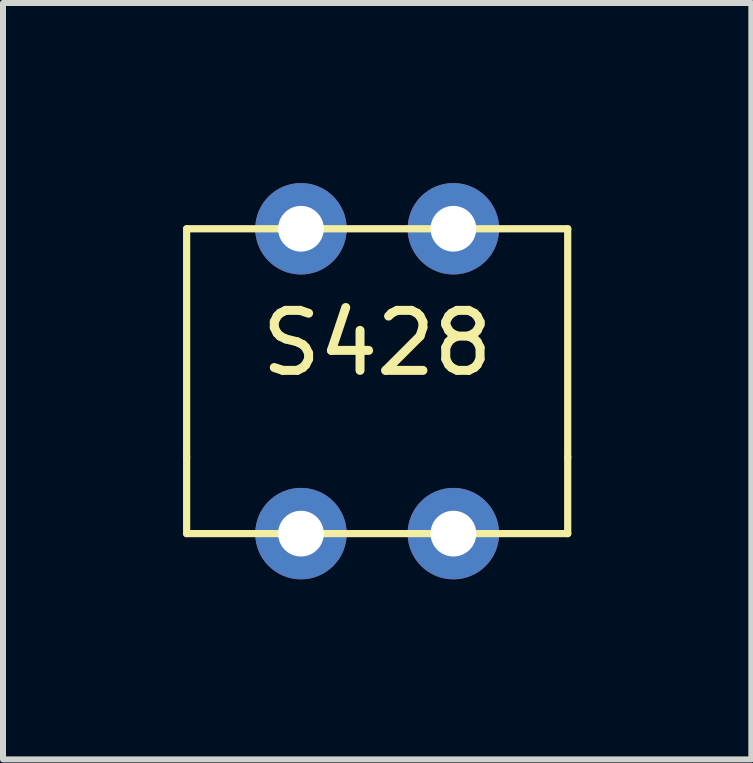
<source format=kicad_pcb>
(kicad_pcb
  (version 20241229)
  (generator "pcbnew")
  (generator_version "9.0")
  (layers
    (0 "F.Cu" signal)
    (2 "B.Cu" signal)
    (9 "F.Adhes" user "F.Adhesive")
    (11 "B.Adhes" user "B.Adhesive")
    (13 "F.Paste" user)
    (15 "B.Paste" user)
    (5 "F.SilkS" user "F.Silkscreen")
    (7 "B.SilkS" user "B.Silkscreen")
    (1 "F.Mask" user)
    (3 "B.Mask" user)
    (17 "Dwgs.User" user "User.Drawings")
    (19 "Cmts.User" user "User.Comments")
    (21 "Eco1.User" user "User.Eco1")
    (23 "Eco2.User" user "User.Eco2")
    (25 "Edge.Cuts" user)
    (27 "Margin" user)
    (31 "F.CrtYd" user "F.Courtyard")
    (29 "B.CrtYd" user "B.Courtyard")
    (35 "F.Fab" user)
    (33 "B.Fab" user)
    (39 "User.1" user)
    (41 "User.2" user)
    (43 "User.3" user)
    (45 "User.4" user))
  (footprint "S428"
    (layer "F.Cu")
    (at 3.235 3.302)
    (property "Reference" "S428" (at 0 -0.635 0) (layer "F.SilkS") (effects (font (size 1 1) (thickness 0.15))))
    (attr through_hole)
    (fp_line (start -3.175 -2.54) (end -3.175 1.27) (stroke (width 0.12) (type solid)) (layer "F.SilkS"))
    (fp_line (start -3.175 1.27) (end -3.175 2.54) (stroke (width 0.12) (type solid)) (layer "F.SilkS"))
    (fp_line (start -3.175 2.54) (end 3.175 2.54) (stroke (width 0.12) (type solid)) (layer "F.SilkS"))
    (fp_line (start 3.175 -2.54) (end -3.175 -2.54) (stroke (width 0.12) (type solid)) (layer "F.SilkS"))
    (fp_line (start 3.175 1.27) (end 3.175 -2.54) (stroke (width 0.12) (type solid)) (layer "F.SilkS"))
    (fp_line (start 3.175 2.54) (end 3.175 1.27) (stroke (width 0.12) (type solid)) (layer "F.SilkS"))
    (pad "1" thru_hole circle (at 1.27 -2.54) (size 1.524 1.524) (drill 0.762) (layers "*.Cu" "*.Mask"))
    (pad "2" thru_hole circle (at -1.27 -2.54) (size 1.524 1.524) (drill 0.762) (layers "*.Cu" "*.Mask"))
    (pad "3" thru_hole circle (at -1.27 2.54) (size 1.524 1.524) (drill 0.762) (layers "*.Cu" "*.Mask"))
    (pad "4" thru_hole circle (at 1.27 2.54) (size 1.524 1.524) (drill 0.762) (layers "*.Cu" "*.Mask")))
  (gr_rect
    (start -3 -3)
    (end 9.47 9.604)
    (stroke (width 0.1) (type default))
    (fill no)
    (layer "Edge.Cuts")))
</source>
